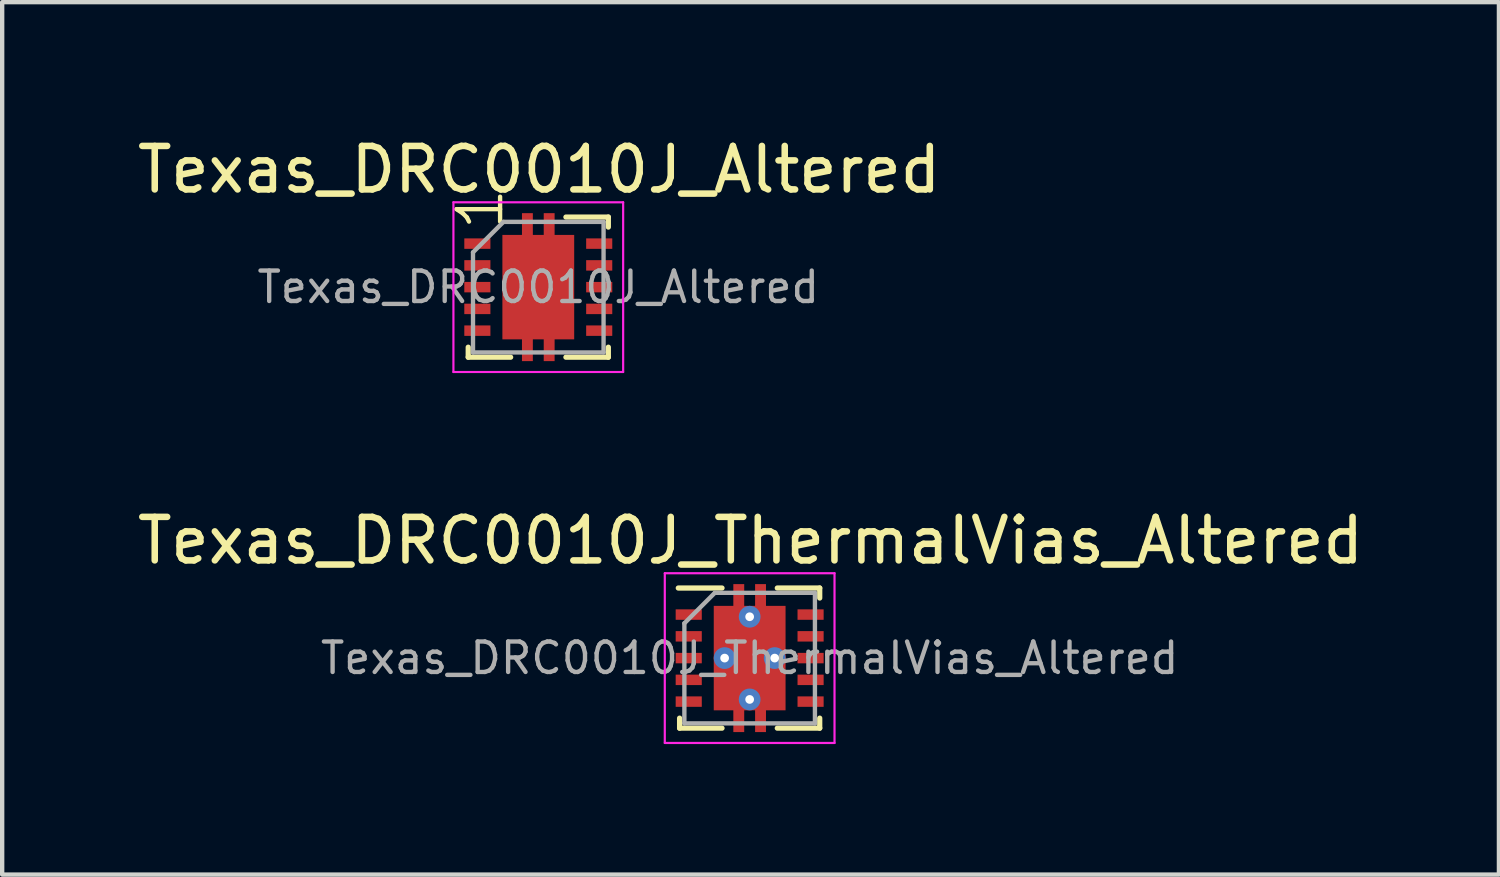
<source format=kicad_pcb>
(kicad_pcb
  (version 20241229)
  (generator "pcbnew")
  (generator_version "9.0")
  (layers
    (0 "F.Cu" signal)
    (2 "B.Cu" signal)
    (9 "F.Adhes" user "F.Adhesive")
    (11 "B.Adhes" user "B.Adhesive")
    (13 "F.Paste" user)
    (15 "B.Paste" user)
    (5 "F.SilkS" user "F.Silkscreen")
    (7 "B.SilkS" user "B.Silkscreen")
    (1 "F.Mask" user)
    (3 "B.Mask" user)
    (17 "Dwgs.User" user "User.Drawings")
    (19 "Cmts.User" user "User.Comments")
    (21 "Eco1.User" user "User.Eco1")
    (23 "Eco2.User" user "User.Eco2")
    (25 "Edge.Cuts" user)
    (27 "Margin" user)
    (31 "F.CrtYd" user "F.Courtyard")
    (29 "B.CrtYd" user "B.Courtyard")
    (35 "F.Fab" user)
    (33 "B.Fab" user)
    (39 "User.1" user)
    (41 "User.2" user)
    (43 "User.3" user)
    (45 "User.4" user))
  (footprint "Texas_DRC0010J_Altered"
    (layer "F.Cu")
    (at 9.319 3.548)
    (property "Reference" "Texas_DRC0010J_Altered" (at 0.02 -2.7 0) (layer "F.SilkS") (effects (font (size 1 1) (thickness 0.15))))
    (attr smd)
    (fp_line (start -1.61 1.38) (end -1.61 1.61) (stroke (width 0.12) (type solid)) (layer "F.SilkS"))
    (fp_line (start -1.61 1.61) (end -0.635 1.61) (stroke (width 0.12) (type solid)) (layer "F.SilkS"))
    (fp_line (start 0.635 -1.61) (end 1.61 -1.61) (stroke (width 0.12) (type solid)) (layer "F.SilkS"))
    (fp_line (start 0.635 1.61) (end 1.61 1.61) (stroke (width 0.12) (type solid)) (layer "F.SilkS"))
    (fp_line (start 1.61 -1.61) (end 1.61 -1.38) (stroke (width 0.12) (type solid)) (layer "F.SilkS"))
    (fp_line (start 1.61 1.38) (end 1.61 1.61) (stroke (width 0.12) (type solid)) (layer "F.SilkS"))
    (fp_line (start -1.95 -1.95) (end -1.95 1.95) (stroke (width 0.05) (type solid)) (layer "F.CrtYd"))
    (fp_line (start -1.95 -1.95) (end 1.95 -1.95) (stroke (width 0.05) (type solid)) (layer "F.CrtYd"))
    (fp_line (start -1.95 1.95) (end 1.95 1.95) (stroke (width 0.05) (type solid)) (layer "F.CrtYd"))
    (fp_line (start 1.95 -1.95) (end 1.95 1.95) (stroke (width 0.05) (type solid)) (layer "F.CrtYd"))
    (fp_line (start -1.5 -0.8) (end -1.5 1.5) (stroke (width 0.1) (type solid)) (layer "F.Fab"))
    (fp_line (start -1.5 -0.8) (end -0.8 -1.5) (stroke (width 0.1) (type solid)) (layer "F.Fab"))
    (fp_line (start -1.5 1.5) (end 1.5 1.5) (stroke (width 0.1) (type solid)) (layer "F.Fab"))
    (fp_line (start -0.8 -1.5) (end 1.5 -1.5) (stroke (width 0.1) (type solid)) (layer "F.Fab"))
    (fp_line (start 1.5 -1.5) (end 1.5 1.5) (stroke (width 0.1) (type solid)) (layer "F.Fab"))
    (fp_text user "1" (at -0.75 -1.25 90) (unlocked yes) (layer "F.SilkS") (effects (font (size 1 1) (thickness 0.1)) (justify left bottom)))
    (fp_text user "${REFERENCE}" (at 0 0 0) (layer "F.Fab") (effects (font (size 0.7 0.7) (thickness 0.1))))
    (pad "" smd roundrect (at -0.25 -1.53) (size 0.25 0.34) (layers "F.Paste") (roundrect_rratio 0.1))
    (pad "" smd roundrect (at -0.25 1.53) (size 0.25 0.34) (layers "F.Paste") (roundrect_rratio 0.1))
    (pad "" smd roundrect (at 0 -0.63) (size 1.5 1.06) (layers "F.Paste") (roundrect_rratio 0.1))
    (pad "" smd roundrect (at 0 0.63) (size 1.5 1.06) (layers "F.Paste") (roundrect_rratio 0.1))
    (pad "" smd roundrect (at 0.25 -1.53) (size 0.25 0.34) (layers "F.Paste") (roundrect_rratio 0.1))
    (pad "" smd roundrect (at 0.25 1.53) (size 0.25 0.34) (layers "F.Paste") (roundrect_rratio 0.1))
    (pad "1" smd rect (at -1.4 -1) (size 0.6 0.24) (layers "F.Cu" "F.Mask" "F.Paste"))
    (pad "2" smd rect (at -1.4 -0.5) (size 0.6 0.24) (layers "F.Cu" "F.Mask" "F.Paste"))
    (pad "3" smd rect (at -1.4 0) (size 0.6 0.24) (layers "F.Cu" "F.Mask" "F.Paste"))
    (pad "4" smd rect (at -1.4 0.5) (size 0.6 0.24) (layers "F.Cu" "F.Mask" "F.Paste"))
    (pad "5" smd rect (at -1.4 1) (size 0.6 0.24) (layers "F.Cu" "F.Mask" "F.Paste"))
    (pad "6" smd rect (at 1.4 1) (size 0.6 0.24) (layers "F.Cu" "F.Mask" "F.Paste"))
    (pad "7" smd rect (at 1.4 0.5) (size 0.6 0.24) (layers "F.Cu" "F.Mask" "F.Paste"))
    (pad "8" smd rect (at 1.4 0) (size 0.6 0.24) (layers "F.Cu" "F.Mask" "F.Paste"))
    (pad "9" smd rect (at 1.4 -0.5) (size 0.6 0.24) (layers "F.Cu" "F.Mask" "F.Paste"))
    (pad "10" smd rect (at 1.4 -1) (size 0.6 0.24) (layers "F.Cu" "F.Mask" "F.Paste"))
    (pad "11" smd custom (at 0 0) (size 1.65 2.4) (layers "F.Cu" "F.Mask") (options (anchor rect)) (primitives (gr_poly (pts (xy -0.125 -1.1) (xy 0.125 -1.1) (xy 0.125 -1.7) (xy 0.375 -1.7) (xy 0.375 1.7) (xy 0.125 1.7) (xy 0.125 1.1) (xy -0.125 1.1) (xy -0.125 1.7) (xy -0.375 1.7) (xy -0.375 -1.7) (xy -0.125 -1.7)) (width 0) (fill yes)))))
  (footprint "Texas_DRC0010J_ThermalVias_Altered"
    (layer "F.Cu")
    (at 14.176 12.072)
    (property "Reference" "Texas_DRC0010J_ThermalVias_Altered" (at 0.02 -2.7 0) (layer "F.SilkS") (effects (font (size 1 1) (thickness 0.15))))
    (attr smd)
    (fp_line (start -1.64 -1.61) (end -0.635 -1.61) (stroke (width 0.12) (type solid)) (layer "F.SilkS"))
    (fp_line (start -1.61 1.38) (end -1.61 1.61) (stroke (width 0.12) (type solid)) (layer "F.SilkS"))
    (fp_line (start -1.61 1.61) (end -0.635 1.61) (stroke (width 0.12) (type solid)) (layer "F.SilkS"))
    (fp_line (start 0.635 -1.61) (end 1.61 -1.61) (stroke (width 0.12) (type solid)) (layer "F.SilkS"))
    (fp_line (start 0.635 1.61) (end 1.61 1.61) (stroke (width 0.12) (type solid)) (layer "F.SilkS"))
    (fp_line (start 1.61 -1.61) (end 1.61 -1.38) (stroke (width 0.12) (type solid)) (layer "F.SilkS"))
    (fp_line (start 1.61 1.38) (end 1.61 1.61) (stroke (width 0.12) (type solid)) (layer "F.SilkS"))
    (fp_line (start -1.95 -1.95) (end -1.95 1.95) (stroke (width 0.05) (type solid)) (layer "F.CrtYd"))
    (fp_line (start -1.95 -1.95) (end 1.95 -1.95) (stroke (width 0.05) (type solid)) (layer "F.CrtYd"))
    (fp_line (start -1.95 1.95) (end 1.95 1.95) (stroke (width 0.05) (type solid)) (layer "F.CrtYd"))
    (fp_line (start 1.95 -1.95) (end 1.95 1.95) (stroke (width 0.05) (type solid)) (layer "F.CrtYd"))
    (fp_line (start -1.5 -0.8) (end -1.5 1.5) (stroke (width 0.1) (type solid)) (layer "F.Fab"))
    (fp_line (start -1.5 -0.8) (end -0.8 -1.5) (stroke (width 0.1) (type solid)) (layer "F.Fab"))
    (fp_line (start -1.5 1.5) (end 1.5 1.5) (stroke (width 0.1) (type solid)) (layer "F.Fab"))
    (fp_line (start -0.8 -1.5) (end 1.5 -1.5) (stroke (width 0.1) (type solid)) (layer "F.Fab"))
    (fp_line (start 1.5 -1.5) (end 1.5 1.5) (stroke (width 0.1) (type solid)) (layer "F.Fab"))
    (fp_text user "${REFERENCE}" (at 0 0 0) (layer "F.Fab") (effects (font (size 0.7 0.7) (thickness 0.1))))
    (pad "" smd roundrect (at -0.25 -1.53) (size 0.25 0.34) (layers "F.Paste") (roundrect_rratio 0.1))
    (pad "" smd roundrect (at -0.25 1.53) (size 0.25 0.34) (layers "F.Paste") (roundrect_rratio 0.1))
    (pad "" smd roundrect (at 0 -0.63) (size 1.5 1.06) (layers "F.Paste") (roundrect_rratio 0.1))
    (pad "" smd roundrect (at 0 0.63) (size 1.5 1.06) (layers "F.Paste") (roundrect_rratio 0.1))
    (pad "" smd roundrect (at 0.25 -1.53) (size 0.25 0.34) (layers "F.Paste") (roundrect_rratio 0.1))
    (pad "" smd roundrect (at 0.25 1.53) (size 0.25 0.34) (layers "F.Paste") (roundrect_rratio 0.1))
    (pad "1" smd rect (at -1.4 -1) (size 0.6 0.24) (layers "F.Cu" "F.Mask" "F.Paste"))
    (pad "2" smd rect (at -1.4 -0.5) (size 0.6 0.24) (layers "F.Cu" "F.Mask" "F.Paste"))
    (pad "3" smd rect (at -1.4 0) (size 0.6 0.24) (layers "F.Cu" "F.Mask" "F.Paste"))
    (pad "4" smd rect (at -1.4 0.5) (size 0.6 0.24) (layers "F.Cu" "F.Mask" "F.Paste"))
    (pad "5" smd rect (at -1.4 1) (size 0.6 0.24) (layers "F.Cu" "F.Mask" "F.Paste"))
    (pad "6" smd rect (at 1.4 1) (size 0.6 0.24) (layers "F.Cu" "F.Mask" "F.Paste"))
    (pad "7" smd rect (at 1.4 0.5) (size 0.6 0.24) (layers "F.Cu" "F.Mask" "F.Paste"))
    (pad "8" smd rect (at 1.4 0) (size 0.6 0.24) (layers "F.Cu" "F.Mask" "F.Paste"))
    (pad "9" smd rect (at 1.4 -0.5) (size 0.6 0.24) (layers "F.Cu" "F.Mask" "F.Paste"))
    (pad "10" smd rect (at 1.4 -1) (size 0.6 0.24) (layers "F.Cu" "F.Mask" "F.Paste"))
    (pad "11" thru_hole circle (at -0.575 0) (size 0.5 0.5) (drill 0.2) (layers "*.Cu"))
    (pad "11" thru_hole circle (at 0 -0.95) (size 0.5 0.5) (drill 0.2) (layers "*.Cu"))
    (pad "11" smd custom (at 0 0) (size 1.65 2.4) (layers "F.Cu" "F.Mask") (options (anchor rect)) (primitives (gr_poly (pts (xy -0.125 -1.1) (xy 0.125 -1.1) (xy 0.125 -1.7) (xy 0.375 -1.7) (xy 0.375 1.7) (xy 0.125 1.7) (xy 0.125 1.1) (xy -0.125 1.1) (xy -0.125 1.7) (xy -0.375 1.7) (xy -0.375 -1.7) (xy -0.125 -1.7)) (width 0) (fill yes))))
    (pad "11" thru_hole circle (at 0 0.95) (size 0.5 0.5) (drill 0.2) (layers "*.Cu"))
    (pad "11" thru_hole circle (at 0.575 0) (size 0.5 0.5) (drill 0.2) (layers "*.Cu")))
  (gr_rect
    (start -3 -3)
    (end 31.393 17.047)
    (stroke (width 0.1) (type default))
    (fill no)
    (layer "Edge.Cuts")))
</source>
